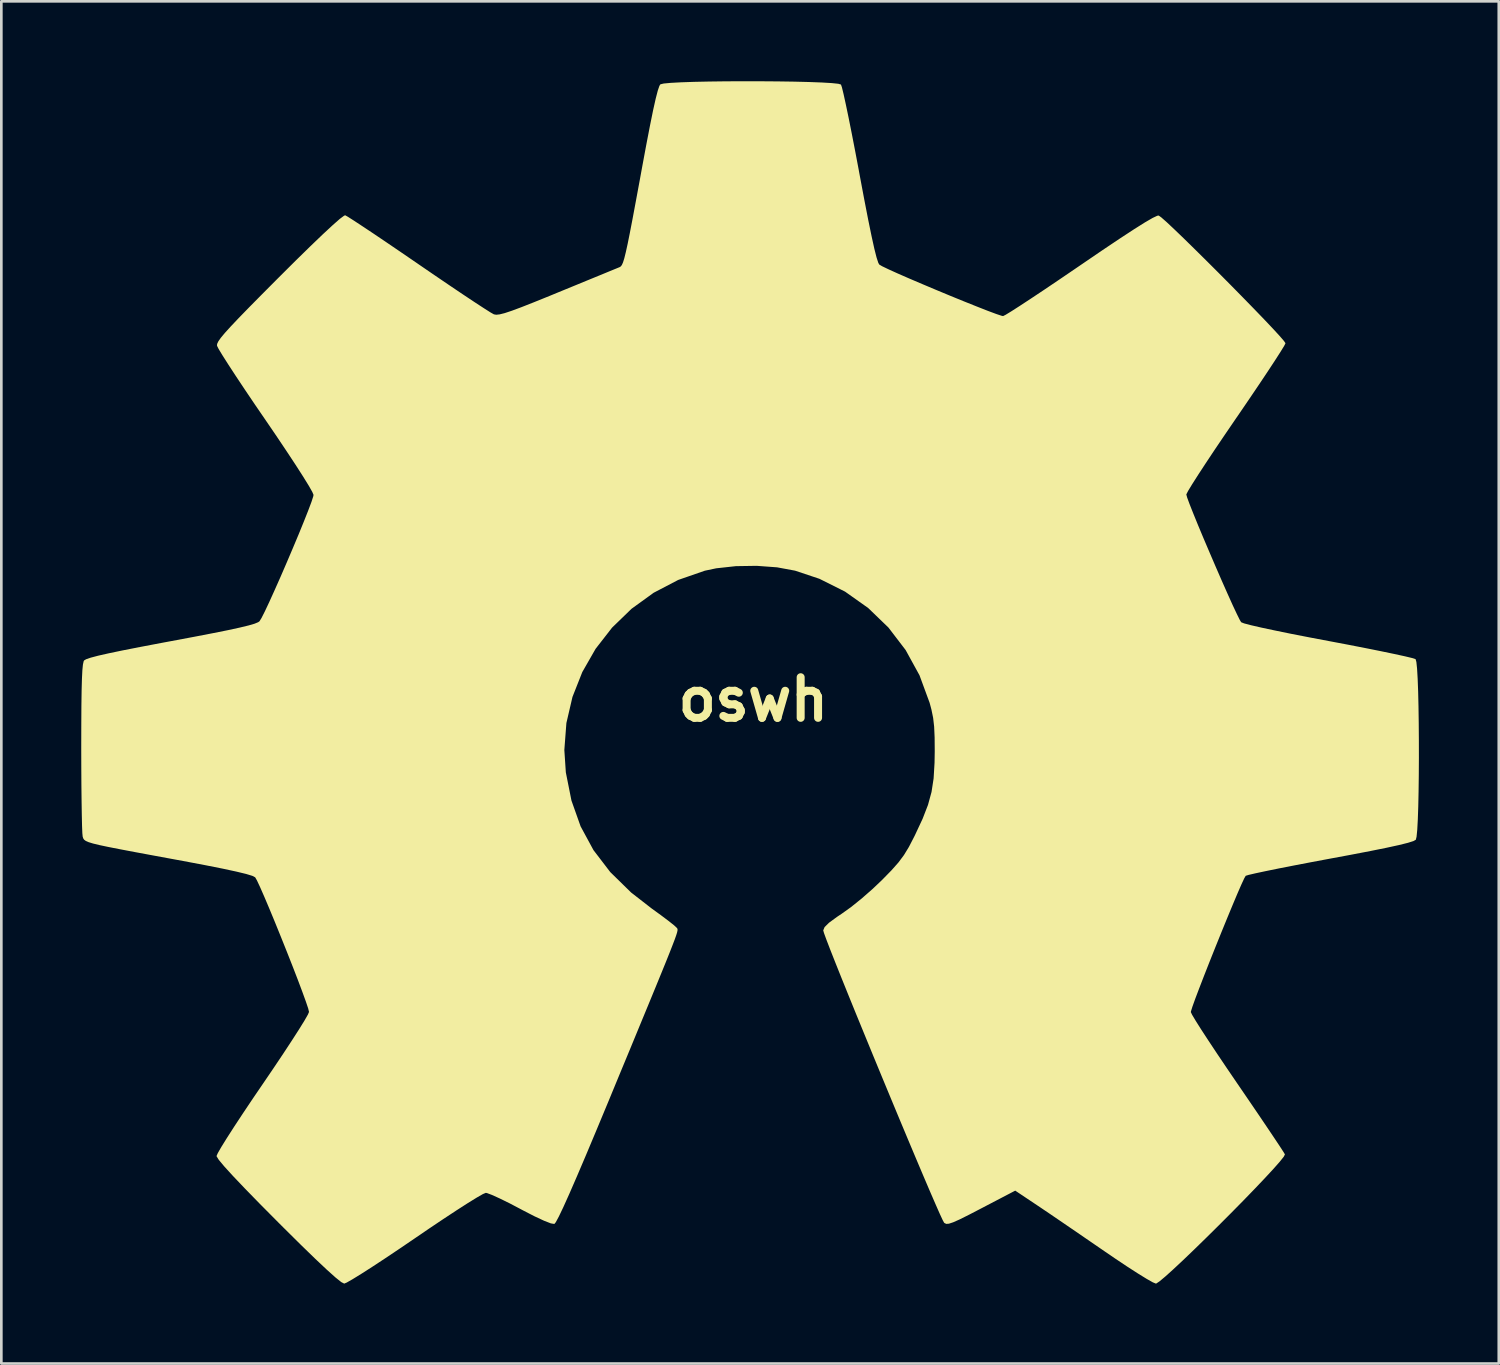
<source format=kicad_pcb>
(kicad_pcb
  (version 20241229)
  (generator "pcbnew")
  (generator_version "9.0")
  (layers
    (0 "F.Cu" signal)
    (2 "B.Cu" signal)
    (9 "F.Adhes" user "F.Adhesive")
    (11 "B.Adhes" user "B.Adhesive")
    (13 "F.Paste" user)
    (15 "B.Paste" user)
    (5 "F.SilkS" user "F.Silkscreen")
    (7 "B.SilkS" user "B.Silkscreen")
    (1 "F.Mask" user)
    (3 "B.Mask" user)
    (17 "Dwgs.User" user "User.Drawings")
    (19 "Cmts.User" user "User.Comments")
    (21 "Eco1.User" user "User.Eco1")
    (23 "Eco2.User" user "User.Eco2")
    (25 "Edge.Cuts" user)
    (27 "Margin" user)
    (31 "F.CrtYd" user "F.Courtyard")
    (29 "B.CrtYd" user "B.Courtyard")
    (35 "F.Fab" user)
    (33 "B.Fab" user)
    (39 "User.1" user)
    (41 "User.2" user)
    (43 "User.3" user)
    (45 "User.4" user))
  (footprint "oswh"
    (layer "F.Cu")
    (at 25.23 23.209)
    (property "Reference" "oswh" (at 0 0 0) (layer "F.SilkS") (effects (font (size 1.524 1.524) (thickness 0.3))))
    (attr board_only exclude_from_pos_files exclude_from_bom)
    (fp_poly (pts (xy 0.273 -23.208) (xy 0.923 -23.203) (xy 1.537 -23.194) (xy 2.094 -23.18) (xy 2.57 -23.162) (xy 2.943 -23.14) (xy 3.192 -23.114) (xy 3.291 -23.085) (xy 3.327 -22.979) (xy 3.389 -22.725) (xy 3.473 -22.341) (xy 3.576 -21.847) (xy 3.693 -21.262) (xy 3.821 -20.603) (xy 3.956 -19.889) (xy 3.987 -19.719) (xy 4.162 -18.787) (xy 4.312 -18.015) (xy 4.439 -17.396) (xy 4.543 -16.924) (xy 4.627 -16.592) (xy 4.692 -16.393) (xy 4.729 -16.327) (xy 4.838 -16.263) (xy 5.08 -16.147) (xy 5.429 -15.989) (xy 5.862 -15.8) (xy 6.352 -15.591) (xy 6.876 -15.37) (xy 7.408 -15.149) (xy 7.923 -14.939) (xy 8.398 -14.749) (xy 8.805 -14.589) (xy 9.122 -14.471) (xy 9.323 -14.404) (xy 9.377 -14.393) (xy 9.47 -14.44) (xy 9.687 -14.572) (xy 10.013 -14.781) (xy 10.43 -15.055) (xy 10.925 -15.384) (xy 11.481 -15.759) (xy 12.083 -16.168) (xy 12.282 -16.304) (xy 13.081 -16.849) (xy 13.748 -17.296) (xy 14.286 -17.648) (xy 14.699 -17.908) (xy 14.992 -18.078) (xy 15.167 -18.16) (xy 15.22 -18.167) (xy 15.318 -18.096) (xy 15.517 -17.921) (xy 15.799 -17.656) (xy 16.149 -17.32) (xy 16.551 -16.926) (xy 16.99 -16.492) (xy 17.45 -16.033) (xy 17.914 -15.566) (xy 18.368 -15.104) (xy 18.795 -14.666) (xy 19.18 -14.267) (xy 19.506 -13.922) (xy 19.759 -13.647) (xy 19.921 -13.459) (xy 19.979 -13.374) (xy 19.932 -13.279) (xy 19.798 -13.06) (xy 19.589 -12.734) (xy 19.315 -12.317) (xy 18.986 -11.824) (xy 18.612 -11.271) (xy 18.205 -10.674) (xy 18.116 -10.545) (xy 17.703 -9.94) (xy 17.321 -9.375) (xy 16.982 -8.865) (xy 16.696 -8.427) (xy 16.473 -8.077) (xy 16.323 -7.83) (xy 16.258 -7.703) (xy 16.256 -7.694) (xy 16.289 -7.575) (xy 16.381 -7.326) (xy 16.522 -6.971) (xy 16.7 -6.534) (xy 16.907 -6.039) (xy 17.132 -5.511) (xy 17.363 -4.973) (xy 17.591 -4.449) (xy 17.806 -3.964) (xy 17.996 -3.542) (xy 18.153 -3.208) (xy 18.264 -2.984) (xy 18.316 -2.899) (xy 18.425 -2.856) (xy 18.683 -2.788) (xy 19.074 -2.698) (xy 19.581 -2.59) (xy 20.185 -2.466) (xy 20.872 -2.332) (xy 21.59 -2.196) (xy 22.303 -2.061) (xy 22.965 -1.932) (xy 23.558 -1.813) (xy 24.063 -1.708) (xy 24.461 -1.621) (xy 24.732 -1.556) (xy 24.859 -1.516) (xy 24.863 -1.513) (xy 24.893 -1.405) (xy 24.919 -1.151) (xy 24.941 -0.772) (xy 24.959 -0.292) (xy 24.972 0.268) (xy 24.981 0.884) (xy 24.986 1.534) (xy 24.987 2.197) (xy 24.983 2.848) (xy 24.975 3.466) (xy 24.963 4.028) (xy 24.946 4.512) (xy 24.925 4.895) (xy 24.899 5.155) (xy 24.871 5.267) (xy 24.782 5.316) (xy 24.576 5.381) (xy 24.244 5.464) (xy 23.777 5.566) (xy 23.168 5.689) (xy 22.407 5.835) (xy 21.675 5.971) (xy 20.971 6.103) (xy 20.318 6.228) (xy 19.735 6.342) (xy 19.241 6.443) (xy 18.856 6.525) (xy 18.598 6.585) (xy 18.487 6.619) (xy 18.485 6.62) (xy 18.43 6.716) (xy 18.323 6.946) (xy 18.174 7.288) (xy 17.993 7.718) (xy 17.788 8.213) (xy 17.569 8.749) (xy 17.345 9.304) (xy 17.126 9.853) (xy 16.921 10.374) (xy 16.74 10.843) (xy 16.591 11.236) (xy 16.485 11.532) (xy 16.431 11.706) (xy 16.425 11.736) (xy 16.472 11.835) (xy 16.604 12.057) (xy 16.811 12.385) (xy 17.083 12.802) (xy 17.408 13.292) (xy 17.776 13.839) (xy 18.167 14.413) (xy 18.568 14.999) (xy 18.939 15.544) (xy 19.269 16.032) (xy 19.547 16.446) (xy 19.762 16.769) (xy 19.903 16.986) (xy 19.958 17.079) (xy 19.912 17.168) (xy 19.759 17.359) (xy 19.515 17.635) (xy 19.194 17.981) (xy 18.814 18.381) (xy 18.389 18.82) (xy 17.935 19.281) (xy 17.467 19.75) (xy 17.001 20.211) (xy 16.553 20.648) (xy 16.139 21.045) (xy 15.773 21.387) (xy 15.473 21.658) (xy 15.252 21.843) (xy 15.127 21.926) (xy 15.114 21.929) (xy 14.999 21.882) (xy 14.767 21.751) (xy 14.439 21.549) (xy 14.035 21.289) (xy 13.577 20.983) (xy 13.208 20.731) (xy 12.672 20.363) (xy 12.13 19.991) (xy 11.614 19.638) (xy 11.156 19.326) (xy 10.789 19.078) (xy 10.653 18.987) (xy 9.833 18.439) (xy 8.56 19.104) (xy 8.09 19.348) (xy 7.745 19.52) (xy 7.504 19.627) (xy 7.344 19.68) (xy 7.243 19.687) (xy 7.177 19.655) (xy 7.163 19.643) (xy 7.108 19.542) (xy 6.996 19.3) (xy 6.834 18.932) (xy 6.627 18.455) (xy 6.383 17.883) (xy 6.108 17.233) (xy 5.808 16.52) (xy 5.49 15.76) (xy 5.161 14.969) (xy 4.826 14.161) (xy 4.493 13.354) (xy 4.168 12.562) (xy 3.856 11.801) (xy 3.566 11.087) (xy 3.303 10.436) (xy 3.074 9.863) (xy 2.885 9.384) (xy 2.743 9.014) (xy 2.654 8.77) (xy 2.625 8.668) (xy 2.677 8.544) (xy 2.844 8.38) (xy 3.142 8.162) (xy 3.323 8.041) (xy 3.666 7.796) (xy 4.071 7.47) (xy 4.485 7.107) (xy 4.83 6.779) (xy 5.186 6.415) (xy 5.449 6.118) (xy 5.656 5.84) (xy 5.841 5.536) (xy 6.037 5.157) (xy 6.075 5.08) (xy 6.357 4.476) (xy 6.558 3.958) (xy 6.691 3.472) (xy 6.769 2.964) (xy 6.804 2.377) (xy 6.811 1.947) (xy 6.807 1.425) (xy 6.789 1.023) (xy 6.751 0.69) (xy 6.687 0.378) (xy 6.62 0.127) (xy 6.239 -0.908) (xy 5.719 -1.855) (xy 5.073 -2.7) (xy 4.311 -3.435) (xy 3.444 -4.049) (xy 2.483 -4.53) (xy 1.566 -4.836) (xy 0.891 -4.961) (xy 0.128 -5.017) (xy -0.655 -5.005) (xy -1.393 -4.924) (xy -1.82 -4.834) (xy -2.82 -4.487) (xy -3.741 -4.006) (xy -4.571 -3.405) (xy -5.301 -2.698) (xy -5.921 -1.901) (xy -6.42 -1.029) (xy -6.789 -0.095) (xy -7.017 0.885) (xy -7.094 1.897) (xy -7.038 2.737) (xy -6.827 3.795) (xy -6.483 4.765) (xy -6 5.656) (xy -5.37 6.48) (xy -4.587 7.247) (xy -3.81 7.851) (xy -3.47 8.097) (xy -3.18 8.315) (xy -2.969 8.483) (xy -2.866 8.58) (xy -2.862 8.586) (xy -2.85 8.607) (xy -2.844 8.634) (xy -2.846 8.676) (xy -2.861 8.745) (xy -2.893 8.849) (xy -2.946 8.999) (xy -3.025 9.206) (xy -3.132 9.48) (xy -3.272 9.83) (xy -3.45 10.267) (xy -3.669 10.802) (xy -3.933 11.444) (xy -4.247 12.204) (xy -4.613 13.092) (xy -5.038 14.117) (xy -5.423 15.05) (xy -5.884 16.158) (xy -6.284 17.111) (xy -6.625 17.911) (xy -6.907 18.559) (xy -7.132 19.059) (xy -7.301 19.413) (xy -7.414 19.623) (xy -7.469 19.69) (xy -7.601 19.668) (xy -7.858 19.568) (xy -8.218 19.4) (xy -8.661 19.172) (xy -8.739 19.13) (xy -9.146 18.916) (xy -9.512 18.736) (xy -9.807 18.602) (xy -9.998 18.53) (xy -10.043 18.522) (xy -10.152 18.568) (xy -10.384 18.701) (xy -10.72 18.908) (xy -11.143 19.18) (xy -11.637 19.505) (xy -12.184 19.872) (xy -12.701 20.225) (xy -13.282 20.62) (xy -13.824 20.983) (xy -14.311 21.303) (xy -14.725 21.568) (xy -15.05 21.768) (xy -15.268 21.892) (xy -15.359 21.929) (xy -15.469 21.872) (xy -15.685 21.699) (xy -16.009 21.409) (xy -16.442 21.001) (xy -16.986 20.473) (xy -17.643 19.822) (xy -17.844 19.621) (xy -18.527 18.933) (xy -19.092 18.353) (xy -19.538 17.884) (xy -19.864 17.526) (xy -20.068 17.281) (xy -20.149 17.149) (xy -20.151 17.139) (xy -20.104 17.031) (xy -19.972 16.801) (xy -19.764 16.466) (xy -19.492 16.042) (xy -19.166 15.547) (xy -18.798 14.997) (xy -18.415 14.435) (xy -18.016 13.848) (xy -17.649 13.3) (xy -17.326 12.808) (xy -17.056 12.388) (xy -16.851 12.057) (xy -16.722 11.831) (xy -16.679 11.731) (xy -16.71 11.6) (xy -16.798 11.339) (xy -16.932 10.97) (xy -17.102 10.517) (xy -17.3 10.005) (xy -17.516 9.458) (xy -17.739 8.901) (xy -17.96 8.356) (xy -18.17 7.849) (xy -18.359 7.403) (xy -18.517 7.043) (xy -18.634 6.793) (xy -18.701 6.676) (xy -18.702 6.676) (xy -18.808 6.621) (xy -19.042 6.55) (xy -19.41 6.461) (xy -19.92 6.351) (xy -20.579 6.22) (xy -21.397 6.065) (xy -21.675 6.014) (xy -22.521 5.858) (xy -23.215 5.729) (xy -23.774 5.623) (xy -24.212 5.537) (xy -24.544 5.467) (xy -24.786 5.408) (xy -24.953 5.357) (xy -25.06 5.31) (xy -25.122 5.264) (xy -25.155 5.215) (xy -25.173 5.158) (xy -25.177 5.143) (xy -25.189 5.017) (xy -25.2 4.742) (xy -25.209 4.338) (xy -25.217 3.825) (xy -25.224 3.223) (xy -25.228 2.553) (xy -25.23 1.834) (xy -25.23 1.815) (xy -25.228 0.946) (xy -25.224 0.234) (xy -25.216 -0.335) (xy -25.204 -0.773) (xy -25.188 -1.094) (xy -25.167 -1.309) (xy -25.14 -1.432) (xy -25.125 -1.463) (xy -25.048 -1.51) (xy -24.876 -1.569) (xy -24.597 -1.643) (xy -24.199 -1.733) (xy -23.671 -1.843) (xy -23.003 -1.974) (xy -22.182 -2.13) (xy -21.854 -2.191) (xy -20.991 -2.353) (xy -20.282 -2.49) (xy -19.714 -2.604) (xy -19.274 -2.7) (xy -18.948 -2.779) (xy -18.725 -2.844) (xy -18.589 -2.9) (xy -18.539 -2.935) (xy -18.464 -3.056) (xy -18.336 -3.309) (xy -18.167 -3.669) (xy -17.967 -4.111) (xy -17.746 -4.609) (xy -17.516 -5.141) (xy -17.287 -5.679) (xy -17.068 -6.201) (xy -16.872 -6.682) (xy -16.708 -7.096) (xy -16.587 -7.418) (xy -16.52 -7.625) (xy -16.51 -7.681) (xy -16.557 -7.793) (xy -16.691 -8.029) (xy -16.903 -8.372) (xy -17.182 -8.807) (xy -17.519 -9.318) (xy -17.903 -9.891) (xy -18.301 -10.475) (xy -18.709 -11.071) (xy -19.086 -11.63) (xy -19.422 -12.135) (xy -19.705 -12.569) (xy -19.926 -12.916) (xy -20.072 -13.157) (xy -20.133 -13.278) (xy -20.133 -13.281) (xy -20.129 -13.347) (xy -20.085 -13.441) (xy -19.993 -13.574) (xy -19.841 -13.757) (xy -19.619 -14.002) (xy -19.318 -14.32) (xy -18.927 -14.722) (xy -18.436 -15.219) (xy -17.834 -15.824) (xy -17.813 -15.845) (xy -17.177 -16.478) (xy -16.624 -17.019) (xy -16.16 -17.464) (xy -15.791 -17.806) (xy -15.524 -18.041) (xy -15.363 -18.161) (xy -15.321 -18.177) (xy -15.224 -18.123) (xy -15.004 -17.983) (xy -14.677 -17.768) (xy -14.259 -17.49) (xy -13.767 -17.158) (xy -13.217 -16.784) (xy -12.625 -16.379) (xy -12.569 -16.34) (xy -11.97 -15.93) (xy -11.408 -15.548) (xy -10.9 -15.206) (xy -10.462 -14.915) (xy -10.111 -14.686) (xy -9.865 -14.53) (xy -9.74 -14.459) (xy -9.737 -14.458) (xy -9.65 -14.443) (xy -9.522 -14.457) (xy -9.334 -14.504) (xy -9.069 -14.592) (xy -8.709 -14.726) (xy -8.237 -14.912) (xy -7.634 -15.156) (xy -7.324 -15.284) (xy -6.748 -15.52) (xy -6.221 -15.737) (xy -5.764 -15.924) (xy -5.398 -16.075) (xy -5.144 -16.179) (xy -5.022 -16.229) (xy -5.017 -16.231) (xy -4.975 -16.258) (xy -4.934 -16.312) (xy -4.891 -16.409) (xy -4.843 -16.563) (xy -4.787 -16.789) (xy -4.718 -17.101) (xy -4.635 -17.514) (xy -4.533 -18.043) (xy -4.41 -18.702) (xy -4.261 -19.506) (xy -4.182 -19.939) (xy -4.018 -20.823) (xy -3.878 -21.548) (xy -3.761 -22.123) (xy -3.664 -22.557) (xy -3.586 -22.858) (xy -3.525 -23.036) (xy -3.489 -23.093) (xy -3.368 -23.123) (xy -3.102 -23.148) (xy -2.714 -23.169) (xy -2.226 -23.186) (xy -1.661 -23.198) (xy -1.041 -23.206) (xy -0.389 -23.209)) (stroke (width 0) (type solid)) (fill yes) (layer "F.SilkS")))
  (gr_rect
    (start -3 -3)
    (end 53.216 48.138)
    (stroke (width 0.1) (type default))
    (fill no)
    (layer "Edge.Cuts")))
</source>
